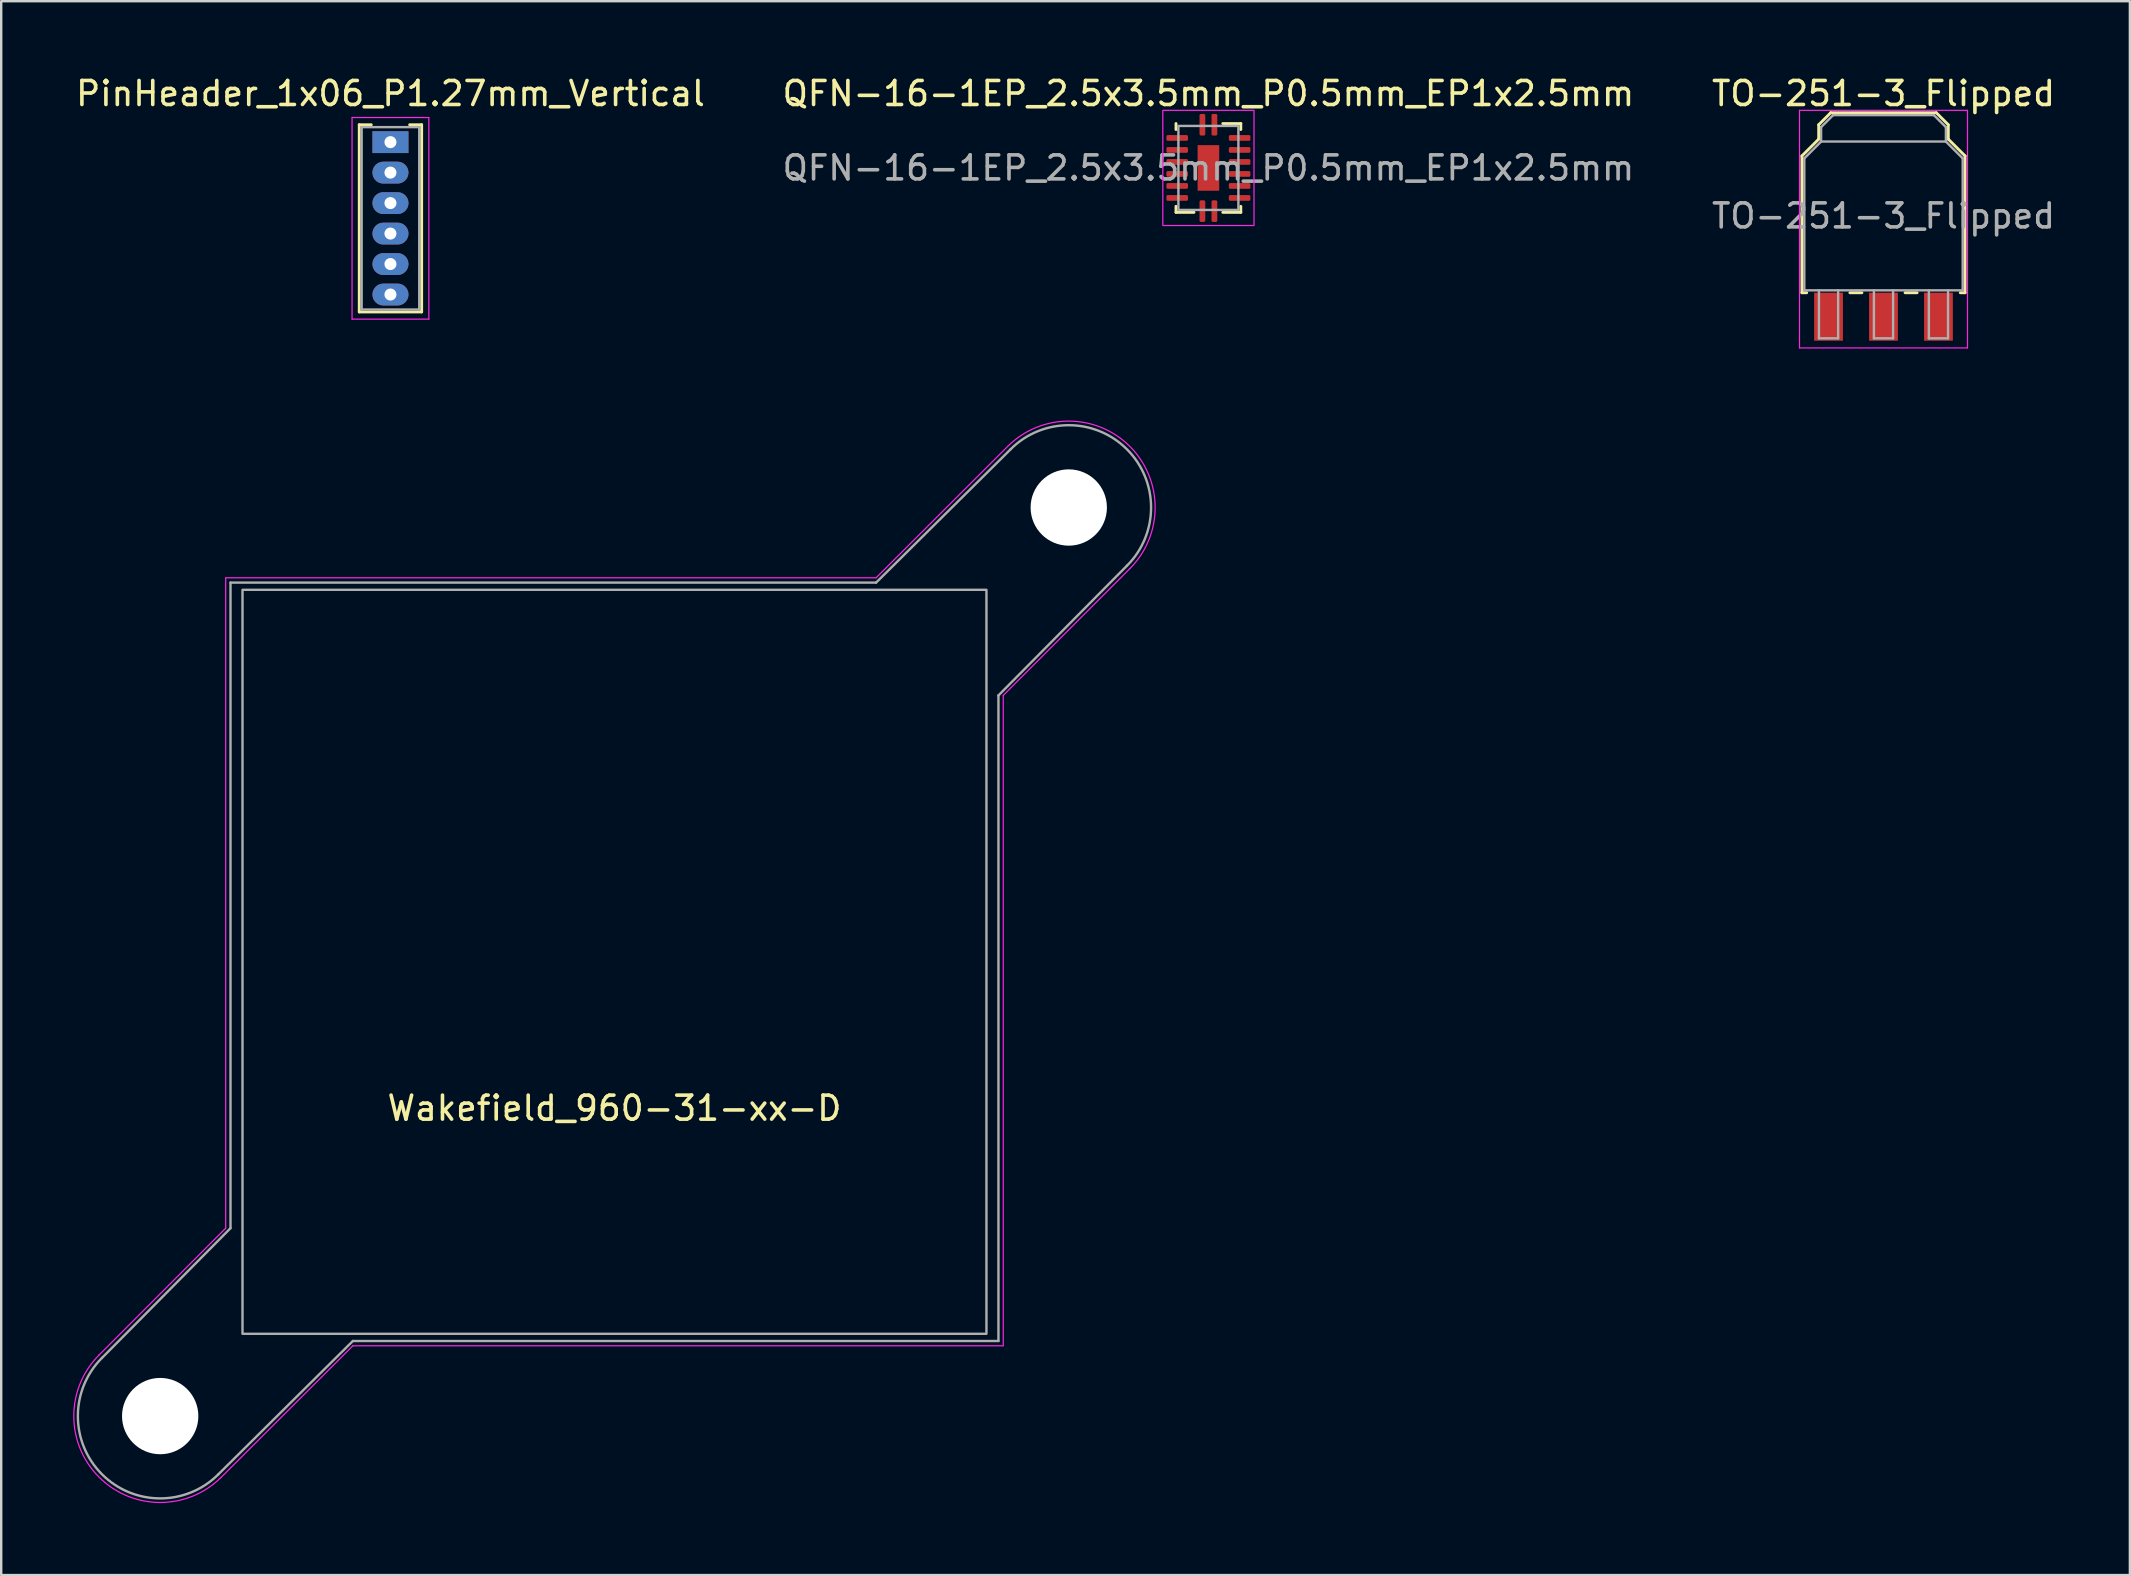
<source format=kicad_pcb>
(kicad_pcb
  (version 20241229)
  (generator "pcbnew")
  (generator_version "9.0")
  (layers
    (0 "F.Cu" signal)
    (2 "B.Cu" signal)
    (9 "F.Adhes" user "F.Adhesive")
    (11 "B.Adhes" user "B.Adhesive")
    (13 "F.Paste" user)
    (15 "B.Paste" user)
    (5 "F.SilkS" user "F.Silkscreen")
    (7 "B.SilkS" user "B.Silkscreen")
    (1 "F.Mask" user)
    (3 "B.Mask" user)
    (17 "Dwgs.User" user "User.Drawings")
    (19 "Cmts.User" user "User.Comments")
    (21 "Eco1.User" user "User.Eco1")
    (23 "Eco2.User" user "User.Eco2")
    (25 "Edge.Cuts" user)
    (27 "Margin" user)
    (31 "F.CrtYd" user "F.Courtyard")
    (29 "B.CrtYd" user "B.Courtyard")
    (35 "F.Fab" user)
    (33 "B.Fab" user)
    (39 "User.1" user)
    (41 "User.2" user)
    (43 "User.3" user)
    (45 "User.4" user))
  (footprint "TO-251-3_Flipped"
    (layer "F.Cu")
    (at 75.435 5.948)
    (property "Reference" "TO-251-3_Flipped" (at 0 -5.1 0) (layer "F.SilkS") (effects (font (size 1 1) (thickness 0.15))))
    (attr through_hole)
    (fp_line (start -3.4 -2.5) (end -2.7 -3.2) (stroke (width 0.12) (type solid)) (layer "F.SilkS"))
    (fp_line (start -3.4 3.2) (end -3.4 -2.5) (stroke (width 0.12) (type solid)) (layer "F.SilkS"))
    (fp_line (start -3.2 3.2) (end -3.4 3.2) (stroke (width 0.12) (type solid)) (layer "F.SilkS"))
    (fp_line (start -2.7 -3.8) (end -2.2 -4.3) (stroke (width 0.12) (type solid)) (layer "F.SilkS"))
    (fp_line (start -2.7 -3.2) (end -2.7 -3.8) (stroke (width 0.12) (type solid)) (layer "F.SilkS"))
    (fp_line (start -2.2 -4.3) (end 2.2 -4.3) (stroke (width 0.12) (type solid)) (layer "F.SilkS"))
    (fp_line (start -1.4 3.2) (end -0.9 3.2) (stroke (width 0.12) (type solid)) (layer "F.SilkS"))
    (fp_line (start 0.9 3.2) (end 1.4 3.2) (stroke (width 0.12) (type solid)) (layer "F.SilkS"))
    (fp_line (start 2.2 -4.3) (end 2.7 -3.8) (stroke (width 0.12) (type solid)) (layer "F.SilkS"))
    (fp_line (start 2.7 -3.8) (end 2.7 -3.2) (stroke (width 0.12) (type solid)) (layer "F.SilkS"))
    (fp_line (start 2.7 -3.2) (end 3.4 -2.5) (stroke (width 0.12) (type solid)) (layer "F.SilkS"))
    (fp_line (start 3.4 -2.5) (end 3.4 3.2) (stroke (width 0.12) (type solid)) (layer "F.SilkS"))
    (fp_line (start 3.4 3.2) (end 3.2 3.2) (stroke (width 0.12) (type solid)) (layer "F.SilkS"))
    (fp_line (start -3.5 -4.4) (end -3.5 5.5) (stroke (width 0.05) (type solid)) (layer "F.CrtYd"))
    (fp_line (start -3.5 5.5) (end 3.5 5.5) (stroke (width 0.05) (type solid)) (layer "F.CrtYd"))
    (fp_line (start 3.5 -4.4) (end -3.5 -4.4) (stroke (width 0.05) (type solid)) (layer "F.CrtYd"))
    (fp_line (start 3.5 5.5) (end 3.5 -4.4) (stroke (width 0.05) (type solid)) (layer "F.CrtYd"))
    (fp_line (start -3.3 -2.4) (end -2.6 -3.1) (stroke (width 0.1) (type solid)) (layer "F.Fab"))
    (fp_line (start -3.3 3.1) (end -3.3 -2.4) (stroke (width 0.1) (type solid)) (layer "F.Fab"))
    (fp_line (start -2.69 3.1) (end -2.69 5.1) (stroke (width 0.1) (type solid)) (layer "F.Fab"))
    (fp_line (start -2.69 5.1) (end -1.89 5.1) (stroke (width 0.1) (type solid)) (layer "F.Fab"))
    (fp_line (start -2.6 -3.7) (end -2.6 -3.1) (stroke (width 0.1) (type solid)) (layer "F.Fab"))
    (fp_line (start -2.6 -3.7) (end -2.1 -4.2) (stroke (width 0.1) (type solid)) (layer "F.Fab"))
    (fp_line (start -2.6 -3.1) (end 2.6 -3.1) (stroke (width 0.1) (type solid)) (layer "F.Fab"))
    (fp_line (start -2.1 -4.2) (end 2.1 -4.2) (stroke (width 0.1) (type solid)) (layer "F.Fab"))
    (fp_line (start -1.89 5.1) (end -1.89 3.1) (stroke (width 0.1) (type solid)) (layer "F.Fab"))
    (fp_line (start -0.4 3.1) (end -0.4 5.1) (stroke (width 0.1) (type solid)) (layer "F.Fab"))
    (fp_line (start -0.4 5.1) (end 0.4 5.1) (stroke (width 0.1) (type solid)) (layer "F.Fab"))
    (fp_line (start 0.4 5.1) (end 0.4 3.1) (stroke (width 0.1) (type solid)) (layer "F.Fab"))
    (fp_line (start 1.89 3.1) (end 1.89 5.1) (stroke (width 0.1) (type solid)) (layer "F.Fab"))
    (fp_line (start 1.89 5.1) (end 2.69 5.1) (stroke (width 0.1) (type solid)) (layer "F.Fab"))
    (fp_line (start 2.1 -4.2) (end 2.6 -3.7) (stroke (width 0.1) (type solid)) (layer "F.Fab"))
    (fp_line (start 2.6 -3.1) (end 2.6 -3.7) (stroke (width 0.1) (type solid)) (layer "F.Fab"))
    (fp_line (start 2.69 5.1) (end 2.69 3.1) (stroke (width 0.1) (type solid)) (layer "F.Fab"))
    (fp_line (start 3.3 -2.4) (end 2.6 -3.1) (stroke (width 0.1) (type solid)) (layer "F.Fab"))
    (fp_line (start 3.3 -2.4) (end 3.3 3.1) (stroke (width 0.1) (type solid)) (layer "F.Fab"))
    (fp_line (start 3.3 3.1) (end -3.3 3.1) (stroke (width 0.1) (type solid)) (layer "F.Fab"))
    (fp_text user "${REFERENCE}" (at 0 0 0) (layer "F.Fab") (effects (font (size 1 1) (thickness 0.15))))
    (pad "1" smd rect (at 2.29 4.2 270) (size 2 1.2) (layers "F.Cu" "F.Mask" "F.Paste"))
    (pad "2" smd rect (at 0 4.2 270) (size 2 1.2) (layers "F.Cu" "F.Mask" "F.Paste"))
    (pad "3" smd rect (at -2.29 4.2 270) (size 2 1.2) (layers "F.Cu" "F.Mask" "F.Paste")))
  (footprint "QFN-16-1EP_2.5x3.5mm_P0.5mm_EP1x2.5mm"
    (layer "F.Cu")
    (at 47.304 3.948)
    (property "Reference" "QFN-16-1EP_2.5x3.5mm_P0.5mm_EP1x2.5mm" (at 0 -3.1 0) (unlocked yes) (layer "F.SilkS") (effects (font (size 1 1) (thickness 0.15))))
    (attr smd)
    (fp_line (start -1.35 -1.6) (end -1.35 -1.85) (stroke (width 0.12) (type solid)) (layer "F.SilkS"))
    (fp_line (start -1.35 1.85) (end -1.35 1.6) (stroke (width 0.12) (type solid)) (layer "F.SilkS"))
    (fp_line (start -0.6 1.85) (end -1.35 1.85) (stroke (width 0.12) (type solid)) (layer "F.SilkS"))
    (fp_line (start 0.6 -1.85) (end 1.35 -1.85) (stroke (width 0.12) (type solid)) (layer "F.SilkS"))
    (fp_line (start 1.35 -1.85) (end 1.35 -1.6) (stroke (width 0.12) (type solid)) (layer "F.SilkS"))
    (fp_line (start 1.35 1.6) (end 1.35 1.85) (stroke (width 0.12) (type solid)) (layer "F.SilkS"))
    (fp_line (start 1.35 1.85) (end 0.6 1.85) (stroke (width 0.12) (type solid)) (layer "F.SilkS"))
    (fp_rect (start -1.9 -2.4) (end 1.9 2.4) (stroke (width 0.05) (type solid)) (fill no) (layer "F.CrtYd"))
    (fp_rect (start -1.25 -1.75) (end 1.25 1.75) (stroke (width 0.1) (type solid)) (fill no) (layer "F.Fab"))
    (fp_text user "${REFERENCE}" (at 0 0 0) (unlocked yes) (layer "F.Fab") (effects (font (size 1 1) (thickness 0.15))))
    (pad "" smd rect (at 0 -0.35) (size 0.4 0.4) (layers "F.Paste"))
    (pad "" smd rect (at 0 0.35) (size 0.4 0.4) (layers "F.Paste"))
    (pad "1" smd roundrect (at -0.25 -1.8) (size 0.24 0.9) (layers "F.Cu" "F.Mask" "F.Paste") (roundrect_rratio 0.25))
    (pad "2" smd roundrect (at -1.3 -1.25 270) (size 0.24 0.9) (layers "F.Cu" "F.Mask" "F.Paste") (roundrect_rratio 0.25))
    (pad "3" smd roundrect (at -1.3 -0.75 270) (size 0.24 0.9) (layers "F.Cu" "F.Mask" "F.Paste") (roundrect_rratio 0.25))
    (pad "4" smd roundrect (at -1.3 -0.25 270) (size 0.24 0.9) (layers "F.Cu" "F.Mask" "F.Paste") (roundrect_rratio 0.25))
    (pad "5" smd roundrect (at -1.3 0.25 270) (size 0.24 0.9) (layers "F.Cu" "F.Mask" "F.Paste") (roundrect_rratio 0.25))
    (pad "6" smd roundrect (at -1.3 0.75 270) (size 0.24 0.9) (layers "F.Cu" "F.Mask" "F.Paste") (roundrect_rratio 0.25))
    (pad "7" smd roundrect (at -1.3 1.25 270) (size 0.24 0.9) (layers "F.Cu" "F.Mask" "F.Paste") (roundrect_rratio 0.25))
    (pad "8" smd roundrect (at -0.25 1.8 180) (size 0.24 0.9) (layers "F.Cu" "F.Mask" "F.Paste") (roundrect_rratio 0.25))
    (pad "9" smd roundrect (at 0.25 1.8 180) (size 0.24 0.9) (layers "F.Cu" "F.Mask" "F.Paste") (roundrect_rratio 0.25))
    (pad "10" smd roundrect (at 1.3 1.25 90) (size 0.24 0.9) (layers "F.Cu" "F.Mask" "F.Paste") (roundrect_rratio 0.25))
    (pad "11" smd roundrect (at 1.3 0.75 90) (size 0.24 0.9) (layers "F.Cu" "F.Mask" "F.Paste") (roundrect_rratio 0.25))
    (pad "12" smd roundrect (at 1.3 0.25 90) (size 0.24 0.9) (layers "F.Cu" "F.Mask" "F.Paste") (roundrect_rratio 0.25))
    (pad "13" smd roundrect (at 1.3 -0.25 90) (size 0.24 0.9) (layers "F.Cu" "F.Mask" "F.Paste") (roundrect_rratio 0.25))
    (pad "14" smd roundrect (at 1.3 -0.75 90) (size 0.24 0.9) (layers "F.Cu" "F.Mask" "F.Paste") (roundrect_rratio 0.25))
    (pad "15" smd roundrect (at 1.3 -1.25 90) (size 0.24 0.9) (layers "F.Cu" "F.Mask" "F.Paste") (roundrect_rratio 0.25))
    (pad "16" smd roundrect (at 0.25 -1.8) (size 0.24 0.9) (layers "F.Cu" "F.Mask" "F.Paste") (roundrect_rratio 0.25))
    (pad "17" smd rect (at 0 0) (size 0.9 1.9) (layers "F.Cu" "F.Mask")))
  (footprint "Wakefield_960-31-xx-D"
    (layer "F.Cu")
    (at 22.555 37.028)
    (property "Reference" "Wakefield_960-31-xx-D" (at 0 6.1 0) (layer "F.SilkS") (effects (font (size 1 1) (thickness 0.15))))
    (attr through_hole)
    (fp_line (start -21.476 16.384) (end -16.2 11.1) (stroke (width 0.05) (type solid)) (layer "F.CrtYd"))
    (fp_line (start -16.384 21.476) (end -10.9 16) (stroke (width 0.05) (type solid)) (layer "F.CrtYd"))
    (fp_line (start -16.2 -16) (end 10.9 -16) (stroke (width 0.05) (type solid)) (layer "F.CrtYd"))
    (fp_line (start -16.2 11.1) (end -16.2 -16) (stroke (width 0.05) (type solid)) (layer "F.CrtYd"))
    (fp_line (start 16.2 -11.1) (end 16.2 16) (stroke (width 0.05) (type solid)) (layer "F.CrtYd"))
    (fp_line (start 16.2 16) (end -10.9 16) (stroke (width 0.05) (type solid)) (layer "F.CrtYd"))
    (fp_line (start 16.384 -21.476) (end 10.9 -16) (stroke (width 0.05) (type solid)) (layer "F.CrtYd"))
    (fp_line (start 21.476 -16.384) (end 16.2 -11.1) (stroke (width 0.05) (type solid)) (layer "F.CrtYd"))
    (fp_arc (start -16.384416 21.475585) (mid -21.475585 21.475584) (end -21.475584 16.384415) (stroke (width 0.05) (type solid)) (layer "F.CrtYd"))
    (fp_arc (start 16.384416 -21.475585) (mid 21.475585 -21.475584) (end 21.475584 -16.384415) (stroke (width 0.05) (type solid)) (layer "F.CrtYd"))
    (fp_line (start -21.355 16.505) (end -16 11.1) (stroke (width 0.1) (type solid)) (layer "F.Fab"))
    (fp_line (start -16 -15.8) (end 10.9 -15.8) (stroke (width 0.1) (type solid)) (layer "F.Fab"))
    (fp_line (start -16 11.1) (end -16 -15.8) (stroke (width 0.1) (type solid)) (layer "F.Fab"))
    (fp_line (start -10.9 15.8) (end -16.505 21.355) (stroke (width 0.1) (type solid)) (layer "F.Fab"))
    (fp_line (start 16 -11.1) (end 16 15.8) (stroke (width 0.1) (type solid)) (layer "F.Fab"))
    (fp_line (start 16 -11.1) (end 21.355 -16.505) (stroke (width 0.1) (type solid)) (layer "F.Fab"))
    (fp_line (start 16 15.8) (end -10.9 15.8) (stroke (width 0.1) (type solid)) (layer "F.Fab"))
    (fp_line (start 16.505 -21.355) (end 10.9 -15.8) (stroke (width 0.1) (type solid)) (layer "F.Fab"))
    (fp_rect (start -15.5 -15.5) (end 15.5 15.5) (stroke (width 0.1) (type solid)) (fill no) (layer "F.Fab"))
    (fp_arc (start -16.504625 21.355375) (mid -21.355375 21.355375) (end -21.355375 16.504625) (stroke (width 0.1) (type solid)) (layer "F.Fab"))
    (fp_arc (start 16.504625 -21.355375) (mid 21.355375 -21.355375) (end 21.355375 -16.504625) (stroke (width 0.1) (type solid)) (layer "F.Fab"))
    (pad "" np_thru_hole circle (at -18.93 18.93) (size 3.18 3.18) (drill 3.18) (layers "*.Cu" "*.Mask"))
    (pad "" np_thru_hole circle (at 18.93 -18.93) (size 3.18 3.18) (drill 3.18) (layers "*.Cu" "*.Mask")))
  (footprint "PinHeader_1x06_P1.27mm_Vertical"
    (layer "F.Cu")
    (at 13.22 6.048)
    (property "Reference" "PinHeader_1x06_P1.27mm_Vertical" (at 0 -5.2 0) (layer "F.SilkS") (effects (font (size 1 1) (thickness 0.15))))
    (attr through_hole)
    (fp_line (start -1.3 -3.9) (end -1.3 3.9) (stroke (width 0.12) (type solid)) (layer "F.SilkS"))
    (fp_line (start -1.3 3.9) (end 1.3 3.9) (stroke (width 0.12) (type solid)) (layer "F.SilkS"))
    (fp_line (start -0.8 -3.9) (end -1.3 -3.9) (stroke (width 0.12) (type solid)) (layer "F.SilkS"))
    (fp_line (start 1.3 -3.9) (end 0.8 -3.9) (stroke (width 0.12) (type solid)) (layer "F.SilkS"))
    (fp_line (start 1.3 3.9) (end 1.3 -3.9) (stroke (width 0.12) (type solid)) (layer "F.SilkS"))
    (fp_line (start -1.6 -4.2) (end -1.6 4.2) (stroke (width 0.05) (type solid)) (layer "F.CrtYd"))
    (fp_line (start -1.6 4.2) (end 1.6 4.2) (stroke (width 0.05) (type solid)) (layer "F.CrtYd"))
    (fp_line (start 1.6 -4.2) (end -1.6 -4.2) (stroke (width 0.05) (type solid)) (layer "F.CrtYd"))
    (fp_line (start 1.6 4.2) (end 1.6 -4.2) (stroke (width 0.05) (type solid)) (layer "F.CrtYd"))
    (fp_line (start -1.2 -3.8) (end 1.2 -3.8) (stroke (width 0.1) (type solid)) (layer "F.Fab"))
    (fp_line (start -1.2 3.8) (end -1.2 -3.8) (stroke (width 0.1) (type solid)) (layer "F.Fab"))
    (fp_line (start 1.2 -3.8) (end 1.2 3.8) (stroke (width 0.1) (type solid)) (layer "F.Fab"))
    (fp_line (start 1.2 3.8) (end -1.2 3.8) (stroke (width 0.1) (type solid)) (layer "F.Fab"))
    (pad "1" thru_hole rect (at 0 -3.175) (size 1.5 0.91) (drill 0.5) (layers "*.Cu" "*.Mask"))
    (pad "2" thru_hole oval (at 0 -1.905) (size 1.5 0.91) (drill 0.5) (layers "*.Cu" "*.Mask"))
    (pad "3" thru_hole oval (at 0 -0.635) (size 1.5 0.91) (drill 0.5) (layers "*.Cu" "*.Mask"))
    (pad "4" thru_hole oval (at 0 0.635) (size 1.5 0.91) (drill 0.5) (layers "*.Cu" "*.Mask"))
    (pad "5" thru_hole oval (at 0 1.905) (size 1.5 0.91) (drill 0.5) (layers "*.Cu" "*.Mask"))
    (pad "6" thru_hole oval (at 0 3.175) (size 1.5 0.91) (drill 0.5) (layers "*.Cu" "*.Mask")))
  (gr_rect
    (start -3 -3)
    (end 85.702 62.583)
    (stroke (width 0.1) (type default))
    (fill no)
    (layer "Edge.Cuts")))
</source>
